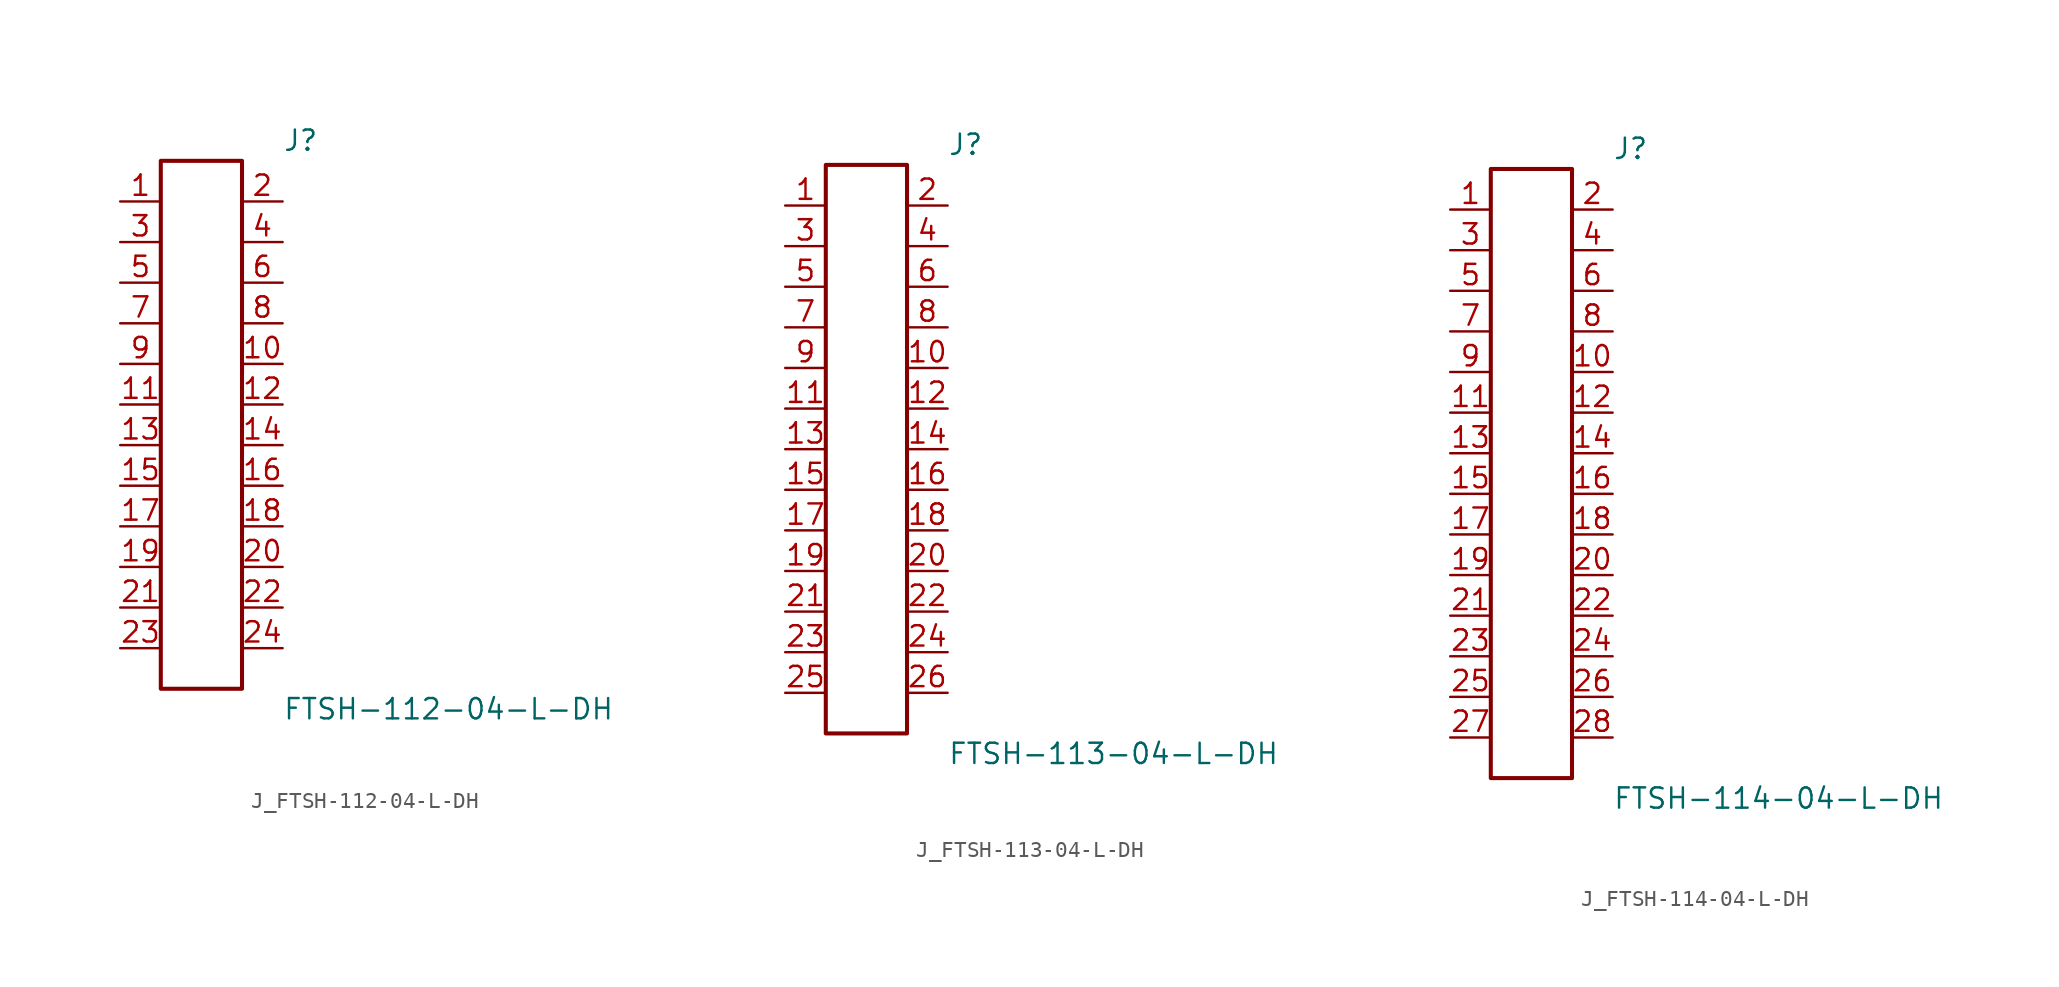
<source format=kicad_sym>
(kicad_symbol_lib
  (version 20231120)
  (generator kicad_symbol_editor)
  (generator_version 8.0)
  (symbol "J_FTSH-112-04-L-DH"
    (pin_names
      (offset 0.254))
    (property "Reference" "J"
      (at 5.08 17.78 0)
      (effects (font (size 1.27 1.27)) (justify left)))
    (property "Value" "FTSH-112-04-L-DH"
      (at 5.08 -17.78 0)
      (effects (font (size 1.27 1.27)) (justify left)))
    (symbol "J_FTSH-112-04-L-DH_0_0"
      (pin unspecified line (at -5.08 13.97 0) (length 2.54) (name "" (effects (font (size 1.27 1.27)))) (number "1" (effects (font (size 1.27 1.27)))))
      (pin unspecified line (at 5.08 13.97 180) (length 2.54) (name "" (effects (font (size 1.27 1.27)))) (number "2" (effects (font (size 1.27 1.27)))))
      (pin unspecified line (at -5.08 11.43 0) (length 2.54) (name "" (effects (font (size 1.27 1.27)))) (number "3" (effects (font (size 1.27 1.27)))))
      (pin unspecified line (at 5.08 11.43 180) (length 2.54) (name "" (effects (font (size 1.27 1.27)))) (number "4" (effects (font (size 1.27 1.27)))))
      (pin unspecified line (at -5.08 8.89 0) (length 2.54) (name "" (effects (font (size 1.27 1.27)))) (number "5" (effects (font (size 1.27 1.27)))))
      (pin unspecified line (at 5.08 8.89 180) (length 2.54) (name "" (effects (font (size 1.27 1.27)))) (number "6" (effects (font (size 1.27 1.27)))))
      (pin unspecified line (at -5.08 6.35 0) (length 2.54) (name "" (effects (font (size 1.27 1.27)))) (number "7" (effects (font (size 1.27 1.27)))))
      (pin unspecified line (at 5.08 6.35 180) (length 2.54) (name "" (effects (font (size 1.27 1.27)))) (number "8" (effects (font (size 1.27 1.27)))))
      (pin unspecified line (at -5.08 3.81 0) (length 2.54) (name "" (effects (font (size 1.27 1.27)))) (number "9" (effects (font (size 1.27 1.27)))))
      (pin unspecified line (at 5.08 3.81 180) (length 2.54) (name "" (effects (font (size 1.27 1.27)))) (number "10" (effects (font (size 1.27 1.27)))))
      (pin unspecified line (at -5.08 1.27 0) (length 2.54) (name "" (effects (font (size 1.27 1.27)))) (number "11" (effects (font (size 1.27 1.27)))))
      (pin unspecified line (at 5.08 1.27 180) (length 2.54) (name "" (effects (font (size 1.27 1.27)))) (number "12" (effects (font (size 1.27 1.27)))))
      (pin unspecified line (at -5.08 -1.27 0) (length 2.54) (name "" (effects (font (size 1.27 1.27)))) (number "13" (effects (font (size 1.27 1.27)))))
      (pin unspecified line (at 5.08 -1.27 180) (length 2.54) (name "" (effects (font (size 1.27 1.27)))) (number "14" (effects (font (size 1.27 1.27)))))
      (pin unspecified line (at -5.08 -3.81 0) (length 2.54) (name "" (effects (font (size 1.27 1.27)))) (number "15" (effects (font (size 1.27 1.27)))))
      (pin unspecified line (at 5.08 -3.81 180) (length 2.54) (name "" (effects (font (size 1.27 1.27)))) (number "16" (effects (font (size 1.27 1.27)))))
      (pin unspecified line (at -5.08 -6.35 0) (length 2.54) (name "" (effects (font (size 1.27 1.27)))) (number "17" (effects (font (size 1.27 1.27)))))
      (pin unspecified line (at 5.08 -6.35 180) (length 2.54) (name "" (effects (font (size 1.27 1.27)))) (number "18" (effects (font (size 1.27 1.27)))))
      (pin unspecified line (at -5.08 -8.89 0) (length 2.54) (name "" (effects (font (size 1.27 1.27)))) (number "19" (effects (font (size 1.27 1.27)))))
      (pin unspecified line (at 5.08 -8.89 180) (length 2.54) (name "" (effects (font (size 1.27 1.27)))) (number "20" (effects (font (size 1.27 1.27)))))
      (pin unspecified line (at -5.08 -11.43 0) (length 2.54) (name "" (effects (font (size 1.27 1.27)))) (number "21" (effects (font (size 1.27 1.27)))))
      (pin unspecified line (at 5.08 -11.43 180) (length 2.54) (name "" (effects (font (size 1.27 1.27)))) (number "22" (effects (font (size 1.27 1.27)))))
      (pin unspecified line (at -5.08 -13.97 0) (length 2.54) (name "" (effects (font (size 1.27 1.27)))) (number "23" (effects (font (size 1.27 1.27)))))
      (pin unspecified line (at 5.08 -13.97 180) (length 2.54) (name "" (effects (font (size 1.27 1.27)))) (number "24" (effects (font (size 1.27 1.27))))))
    (symbol "J_FTSH-112-04-L-DH_1_0"
      (rectangle (start -2.54 16.51) (end 2.54 -16.51) (stroke (width 0.254) (type solid)) (fill (type none)))))
  (symbol "J_FTSH-113-04-L-DH"
    (pin_names
      (offset 0.254))
    (property "Reference" "J"
      (at 5.08 19.05 0)
      (effects (font (size 1.27 1.27)) (justify left)))
    (property "Value" "FTSH-113-04-L-DH"
      (at 5.08 -19.05 0)
      (effects (font (size 1.27 1.27)) (justify left)))
    (symbol "J_FTSH-113-04-L-DH_0_0"
      (pin unspecified line (at -5.08 15.24 0) (length 2.54) (name "" (effects (font (size 1.27 1.27)))) (number "1" (effects (font (size 1.27 1.27)))))
      (pin unspecified line (at 5.08 15.24 180) (length 2.54) (name "" (effects (font (size 1.27 1.27)))) (number "2" (effects (font (size 1.27 1.27)))))
      (pin unspecified line (at -5.08 12.7 0) (length 2.54) (name "" (effects (font (size 1.27 1.27)))) (number "3" (effects (font (size 1.27 1.27)))))
      (pin unspecified line (at 5.08 12.7 180) (length 2.54) (name "" (effects (font (size 1.27 1.27)))) (number "4" (effects (font (size 1.27 1.27)))))
      (pin unspecified line (at -5.08 10.16 0) (length 2.54) (name "" (effects (font (size 1.27 1.27)))) (number "5" (effects (font (size 1.27 1.27)))))
      (pin unspecified line (at 5.08 10.16 180) (length 2.54) (name "" (effects (font (size 1.27 1.27)))) (number "6" (effects (font (size 1.27 1.27)))))
      (pin unspecified line (at -5.08 7.62 0) (length 2.54) (name "" (effects (font (size 1.27 1.27)))) (number "7" (effects (font (size 1.27 1.27)))))
      (pin unspecified line (at 5.08 7.62 180) (length 2.54) (name "" (effects (font (size 1.27 1.27)))) (number "8" (effects (font (size 1.27 1.27)))))
      (pin unspecified line (at -5.08 5.08 0) (length 2.54) (name "" (effects (font (size 1.27 1.27)))) (number "9" (effects (font (size 1.27 1.27)))))
      (pin unspecified line (at 5.08 5.08 180) (length 2.54) (name "" (effects (font (size 1.27 1.27)))) (number "10" (effects (font (size 1.27 1.27)))))
      (pin unspecified line (at -5.08 2.54 0) (length 2.54) (name "" (effects (font (size 1.27 1.27)))) (number "11" (effects (font (size 1.27 1.27)))))
      (pin unspecified line (at 5.08 2.54 180) (length 2.54) (name "" (effects (font (size 1.27 1.27)))) (number "12" (effects (font (size 1.27 1.27)))))
      (pin unspecified line (at -5.08 0.0 0) (length 2.54) (name "" (effects (font (size 1.27 1.27)))) (number "13" (effects (font (size 1.27 1.27)))))
      (pin unspecified line (at 5.08 0.0 180) (length 2.54) (name "" (effects (font (size 1.27 1.27)))) (number "14" (effects (font (size 1.27 1.27)))))
      (pin unspecified line (at -5.08 -2.54 0) (length 2.54) (name "" (effects (font (size 1.27 1.27)))) (number "15" (effects (font (size 1.27 1.27)))))
      (pin unspecified line (at 5.08 -2.54 180) (length 2.54) (name "" (effects (font (size 1.27 1.27)))) (number "16" (effects (font (size 1.27 1.27)))))
      (pin unspecified line (at -5.08 -5.08 0) (length 2.54) (name "" (effects (font (size 1.27 1.27)))) (number "17" (effects (font (size 1.27 1.27)))))
      (pin unspecified line (at 5.08 -5.08 180) (length 2.54) (name "" (effects (font (size 1.27 1.27)))) (number "18" (effects (font (size 1.27 1.27)))))
      (pin unspecified line (at -5.08 -7.62 0) (length 2.54) (name "" (effects (font (size 1.27 1.27)))) (number "19" (effects (font (size 1.27 1.27)))))
      (pin unspecified line (at 5.08 -7.62 180) (length 2.54) (name "" (effects (font (size 1.27 1.27)))) (number "20" (effects (font (size 1.27 1.27)))))
      (pin unspecified line (at -5.08 -10.16 0) (length 2.54) (name "" (effects (font (size 1.27 1.27)))) (number "21" (effects (font (size 1.27 1.27)))))
      (pin unspecified line (at 5.08 -10.16 180) (length 2.54) (name "" (effects (font (size 1.27 1.27)))) (number "22" (effects (font (size 1.27 1.27)))))
      (pin unspecified line (at -5.08 -12.7 0) (length 2.54) (name "" (effects (font (size 1.27 1.27)))) (number "23" (effects (font (size 1.27 1.27)))))
      (pin unspecified line (at 5.08 -12.7 180) (length 2.54) (name "" (effects (font (size 1.27 1.27)))) (number "24" (effects (font (size 1.27 1.27)))))
      (pin unspecified line (at -5.08 -15.24 0) (length 2.54) (name "" (effects (font (size 1.27 1.27)))) (number "25" (effects (font (size 1.27 1.27)))))
      (pin unspecified line (at 5.08 -15.24 180) (length 2.54) (name "" (effects (font (size 1.27 1.27)))) (number "26" (effects (font (size 1.27 1.27))))))
    (symbol "J_FTSH-113-04-L-DH_1_0"
      (rectangle (start -2.54 17.78) (end 2.54 -17.78) (stroke (width 0.254) (type solid)) (fill (type none)))))
  (symbol "J_FTSH-114-04-L-DH"
    (pin_names
      (offset 0.254))
    (property "Reference" "J"
      (at 5.08 20.32 0)
      (effects (font (size 1.27 1.27)) (justify left)))
    (property "Value" "FTSH-114-04-L-DH"
      (at 5.08 -20.32 0)
      (effects (font (size 1.27 1.27)) (justify left)))
    (symbol "J_FTSH-114-04-L-DH_0_0"
      (pin unspecified line (at -5.08 16.51 0) (length 2.54) (name "" (effects (font (size 1.27 1.27)))) (number "1" (effects (font (size 1.27 1.27)))))
      (pin unspecified line (at 5.08 16.51 180) (length 2.54) (name "" (effects (font (size 1.27 1.27)))) (number "2" (effects (font (size 1.27 1.27)))))
      (pin unspecified line (at -5.08 13.97 0) (length 2.54) (name "" (effects (font (size 1.27 1.27)))) (number "3" (effects (font (size 1.27 1.27)))))
      (pin unspecified line (at 5.08 13.97 180) (length 2.54) (name "" (effects (font (size 1.27 1.27)))) (number "4" (effects (font (size 1.27 1.27)))))
      (pin unspecified line (at -5.08 11.43 0) (length 2.54) (name "" (effects (font (size 1.27 1.27)))) (number "5" (effects (font (size 1.27 1.27)))))
      (pin unspecified line (at 5.08 11.43 180) (length 2.54) (name "" (effects (font (size 1.27 1.27)))) (number "6" (effects (font (size 1.27 1.27)))))
      (pin unspecified line (at -5.08 8.89 0) (length 2.54) (name "" (effects (font (size 1.27 1.27)))) (number "7" (effects (font (size 1.27 1.27)))))
      (pin unspecified line (at 5.08 8.89 180) (length 2.54) (name "" (effects (font (size 1.27 1.27)))) (number "8" (effects (font (size 1.27 1.27)))))
      (pin unspecified line (at -5.08 6.35 0) (length 2.54) (name "" (effects (font (size 1.27 1.27)))) (number "9" (effects (font (size 1.27 1.27)))))
      (pin unspecified line (at 5.08 6.35 180) (length 2.54) (name "" (effects (font (size 1.27 1.27)))) (number "10" (effects (font (size 1.27 1.27)))))
      (pin unspecified line (at -5.08 3.81 0) (length 2.54) (name "" (effects (font (size 1.27 1.27)))) (number "11" (effects (font (size 1.27 1.27)))))
      (pin unspecified line (at 5.08 3.81 180) (length 2.54) (name "" (effects (font (size 1.27 1.27)))) (number "12" (effects (font (size 1.27 1.27)))))
      (pin unspecified line (at -5.08 1.27 0) (length 2.54) (name "" (effects (font (size 1.27 1.27)))) (number "13" (effects (font (size 1.27 1.27)))))
      (pin unspecified line (at 5.08 1.27 180) (length 2.54) (name "" (effects (font (size 1.27 1.27)))) (number "14" (effects (font (size 1.27 1.27)))))
      (pin unspecified line (at -5.08 -1.27 0) (length 2.54) (name "" (effects (font (size 1.27 1.27)))) (number "15" (effects (font (size 1.27 1.27)))))
      (pin unspecified line (at 5.08 -1.27 180) (length 2.54) (name "" (effects (font (size 1.27 1.27)))) (number "16" (effects (font (size 1.27 1.27)))))
      (pin unspecified line (at -5.08 -3.81 0) (length 2.54) (name "" (effects (font (size 1.27 1.27)))) (number "17" (effects (font (size 1.27 1.27)))))
      (pin unspecified line (at 5.08 -3.81 180) (length 2.54) (name "" (effects (font (size 1.27 1.27)))) (number "18" (effects (font (size 1.27 1.27)))))
      (pin unspecified line (at -5.08 -6.35 0) (length 2.54) (name "" (effects (font (size 1.27 1.27)))) (number "19" (effects (font (size 1.27 1.27)))))
      (pin unspecified line (at 5.08 -6.35 180) (length 2.54) (name "" (effects (font (size 1.27 1.27)))) (number "20" (effects (font (size 1.27 1.27)))))
      (pin unspecified line (at -5.08 -8.89 0) (length 2.54) (name "" (effects (font (size 1.27 1.27)))) (number "21" (effects (font (size 1.27 1.27)))))
      (pin unspecified line (at 5.08 -8.89 180) (length 2.54) (name "" (effects (font (size 1.27 1.27)))) (number "22" (effects (font (size 1.27 1.27)))))
      (pin unspecified line (at -5.08 -11.43 0) (length 2.54) (name "" (effects (font (size 1.27 1.27)))) (number "23" (effects (font (size 1.27 1.27)))))
      (pin unspecified line (at 5.08 -11.43 180) (length 2.54) (name "" (effects (font (size 1.27 1.27)))) (number "24" (effects (font (size 1.27 1.27)))))
      (pin unspecified line (at -5.08 -13.97 0) (length 2.54) (name "" (effects (font (size 1.27 1.27)))) (number "25" (effects (font (size 1.27 1.27)))))
      (pin unspecified line (at 5.08 -13.97 180) (length 2.54) (name "" (effects (font (size 1.27 1.27)))) (number "26" (effects (font (size 1.27 1.27)))))
      (pin unspecified line (at -5.08 -16.51 0) (length 2.54) (name "" (effects (font (size 1.27 1.27)))) (number "27" (effects (font (size 1.27 1.27)))))
      (pin unspecified line (at 5.08 -16.51 180) (length 2.54) (name "" (effects (font (size 1.27 1.27)))) (number "28" (effects (font (size 1.27 1.27))))))
    (symbol "J_FTSH-114-04-L-DH_1_0"
      (rectangle (start -2.54 19.05) (end 2.54 -19.05) (stroke (width 0.254) (type solid)) (fill (type none))))))
</source>
